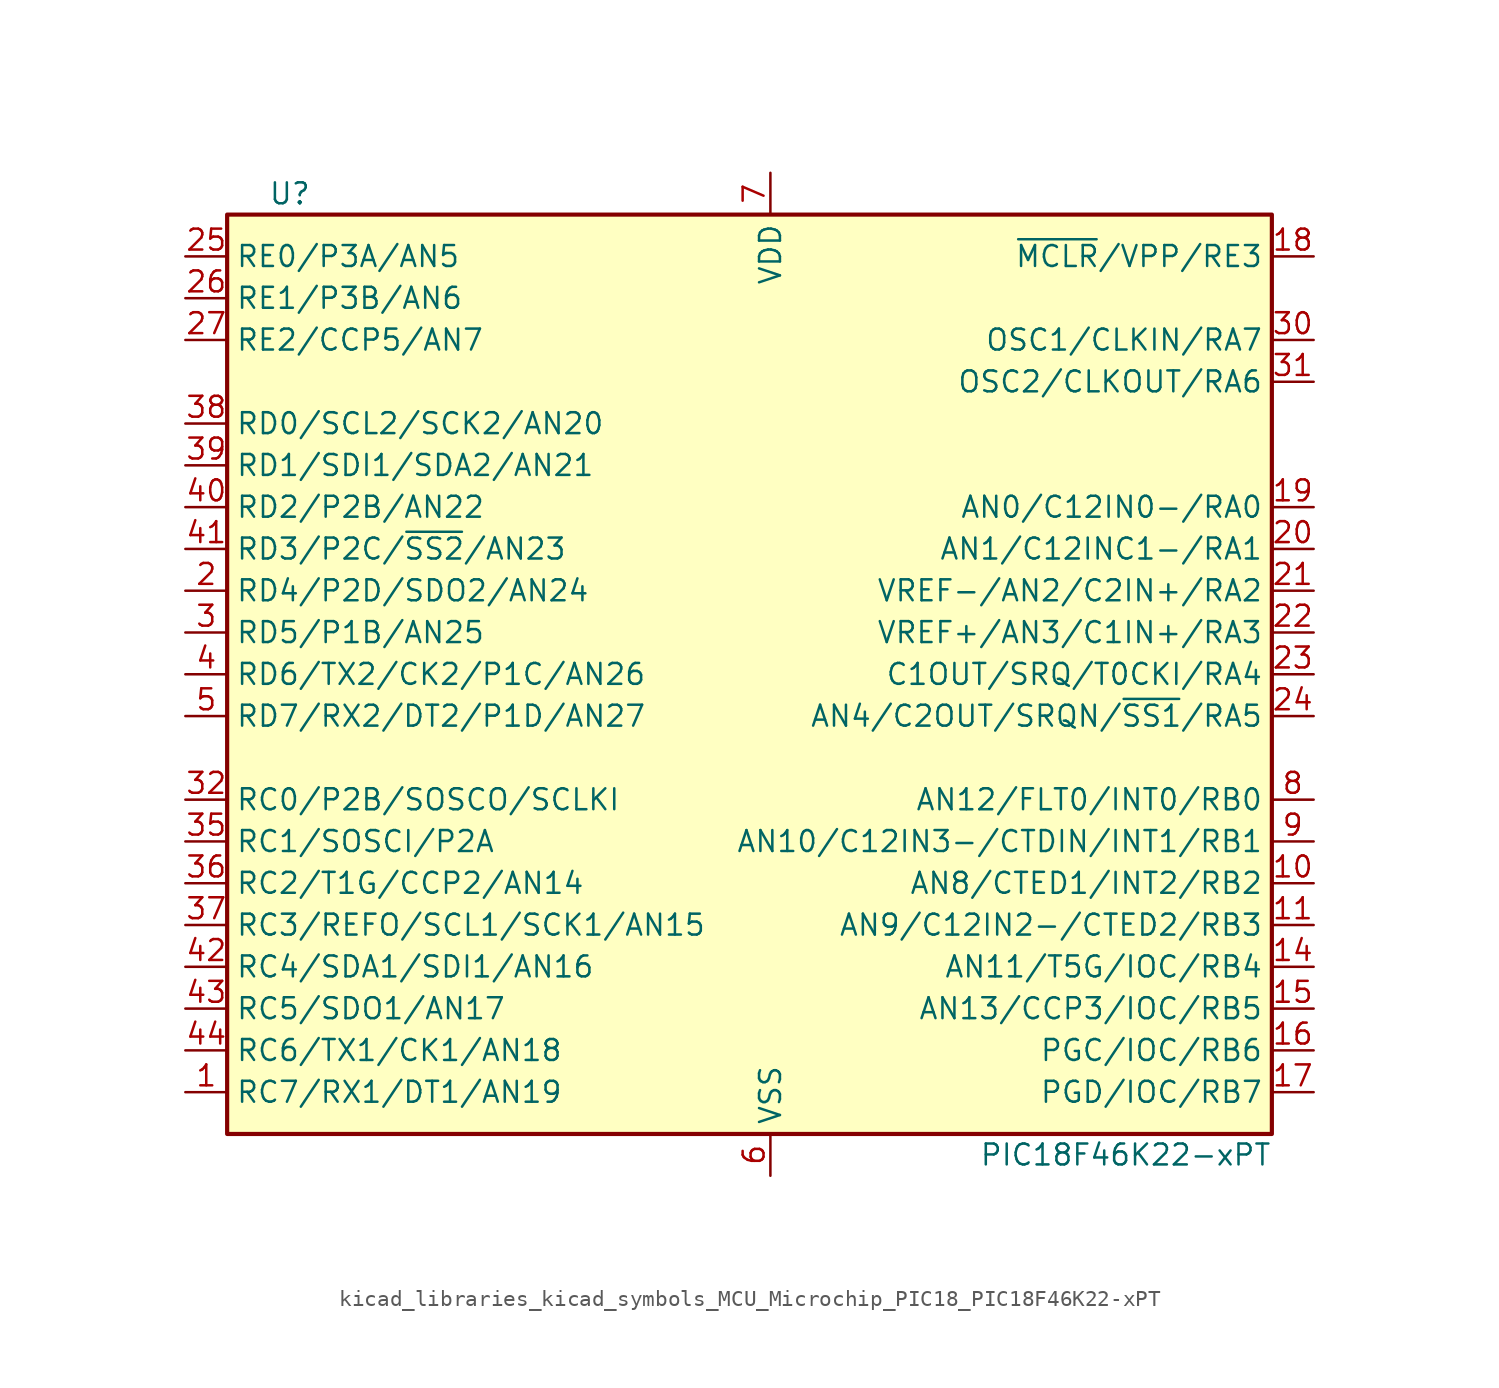
<source format=kicad_sym>
(kicad_symbol_lib
  (version 20220914)
  (generator kicad_symbol_editor)
  (symbol "kicad_libraries_kicad_symbols_MCU_Microchip_PIC18_PIC18F46K22-xPT"
    (property "Reference" "U"
      (at -29.21 29.21 0)
      (effects (font (size 1.27 1.27))))
    (property "Value" "PIC18F46K22-xPT"
      (at 21.59 -29.21 0)
      (effects (font (size 1.27 1.27))))
    (symbol "kicad_libraries_kicad_symbols_MCU_Microchip_PIC18_PIC18F46K22-xPT_0_1"
      (rectangle (start -33.02 27.94) (end 30.48 -27.94) (stroke (width 0.254) (type default)) (fill (type background))))
    (symbol "kicad_libraries_kicad_symbols_MCU_Microchip_PIC18_PIC18F46K22-xPT_1_1"
      (pin bidirectional line (at -35.56 -25.4 0) (length 2.54) (name "RC7/RX1/DT1/AN19" (effects (font (size 1.27 1.27)))) (number "1" (effects (font (size 1.27 1.27)))))
      (pin bidirectional line (at 33.02 -12.7 180) (length 2.54) (name "AN8/CTED1/INT2/RB2" (effects (font (size 1.27 1.27)))) (number "10" (effects (font (size 1.27 1.27)))))
      (pin bidirectional line (at 33.02 -15.24 180) (length 2.54) (name "AN9/C12IN2-/CTED2/RB3" (effects (font (size 1.27 1.27)))) (number "11" (effects (font (size 1.27 1.27)))))
      (pin no_connect line (at -10.16 -27.94 90) (length 2.54) hide (name "NC" (effects (font (size 1.27 1.27)))) (number "12" (effects (font (size 1.27 1.27)))))
      (pin no_connect line (at -7.62 -27.94 90) (length 2.54) hide (name "NC" (effects (font (size 1.27 1.27)))) (number "13" (effects (font (size 1.27 1.27)))))
      (pin bidirectional line (at 33.02 -17.78 180) (length 2.54) (name "AN11/T5G/IOC/RB4" (effects (font (size 1.27 1.27)))) (number "14" (effects (font (size 1.27 1.27)))))
      (pin bidirectional line (at 33.02 -20.32 180) (length 2.54) (name "AN13/CCP3/IOC/RB5" (effects (font (size 1.27 1.27)))) (number "15" (effects (font (size 1.27 1.27)))))
      (pin bidirectional line (at 33.02 -22.86 180) (length 2.54) (name "PGC/IOC/RB6" (effects (font (size 1.27 1.27)))) (number "16" (effects (font (size 1.27 1.27)))))
      (pin bidirectional line (at 33.02 -25.4 180) (length 2.54) (name "PGD/IOC/RB7" (effects (font (size 1.27 1.27)))) (number "17" (effects (font (size 1.27 1.27)))))
      (pin bidirectional line (at 33.02 25.4 180) (length 2.54) (name "~{MCLR}/VPP/RE3" (effects (font (size 1.27 1.27)))) (number "18" (effects (font (size 1.27 1.27)))))
      (pin bidirectional line (at 33.02 10.16 180) (length 2.54) (name "AN0/C12IN0-/RA0" (effects (font (size 1.27 1.27)))) (number "19" (effects (font (size 1.27 1.27)))))
      (pin bidirectional line (at -35.56 5.08 0) (length 2.54) (name "RD4/P2D/SDO2/AN24" (effects (font (size 1.27 1.27)))) (number "2" (effects (font (size 1.27 1.27)))))
      (pin bidirectional line (at 33.02 7.62 180) (length 2.54) (name "AN1/C12INC1-/RA1" (effects (font (size 1.27 1.27)))) (number "20" (effects (font (size 1.27 1.27)))))
      (pin bidirectional line (at 33.02 5.08 180) (length 2.54) (name "VREF-/AN2/C2IN+/RA2" (effects (font (size 1.27 1.27)))) (number "21" (effects (font (size 1.27 1.27)))))
      (pin bidirectional line (at 33.02 2.54 180) (length 2.54) (name "VREF+/AN3/C1IN+/RA3" (effects (font (size 1.27 1.27)))) (number "22" (effects (font (size 1.27 1.27)))))
      (pin bidirectional line (at 33.02 0 180) (length 2.54) (name "C1OUT/SRQ/T0CKI/RA4" (effects (font (size 1.27 1.27)))) (number "23" (effects (font (size 1.27 1.27)))))
      (pin bidirectional line (at 33.02 -2.54 180) (length 2.54) (name "AN4/C2OUT/SRQN/~{SS1}/RA5" (effects (font (size 1.27 1.27)))) (number "24" (effects (font (size 1.27 1.27)))))
      (pin bidirectional line (at -35.56 25.4 0) (length 2.54) (name "RE0/P3A/AN5" (effects (font (size 1.27 1.27)))) (number "25" (effects (font (size 1.27 1.27)))))
      (pin bidirectional line (at -35.56 22.86 0) (length 2.54) (name "RE1/P3B/AN6" (effects (font (size 1.27 1.27)))) (number "26" (effects (font (size 1.27 1.27)))))
      (pin bidirectional line (at -35.56 20.32 0) (length 2.54) (name "RE2/CCP5/AN7" (effects (font (size 1.27 1.27)))) (number "27" (effects (font (size 1.27 1.27)))))
      (pin passive line (at 0 30.48 270) (length 2.54) hide (name "VDD" (effects (font (size 1.27 1.27)))) (number "28" (effects (font (size 1.27 1.27)))))
      (pin passive line (at 0 -30.48 90) (length 2.54) hide (name "VSS" (effects (font (size 1.27 1.27)))) (number "29" (effects (font (size 1.27 1.27)))))
      (pin bidirectional line (at -35.56 2.54 0) (length 2.54) (name "RD5/P1B/AN25" (effects (font (size 1.27 1.27)))) (number "3" (effects (font (size 1.27 1.27)))))
      (pin bidirectional line (at 33.02 20.32 180) (length 2.54) (name "OSC1/CLKIN/RA7" (effects (font (size 1.27 1.27)))) (number "30" (effects (font (size 1.27 1.27)))))
      (pin bidirectional line (at 33.02 17.78 180) (length 2.54) (name "OSC2/CLKOUT/RA6" (effects (font (size 1.27 1.27)))) (number "31" (effects (font (size 1.27 1.27)))))
      (pin bidirectional line (at -35.56 -7.62 0) (length 2.54) (name "RC0/P2B/SOSCO/SCLKI" (effects (font (size 1.27 1.27)))) (number "32" (effects (font (size 1.27 1.27)))))
      (pin no_connect line (at -5.08 -27.94 90) (length 2.54) hide (name "NC" (effects (font (size 1.27 1.27)))) (number "33" (effects (font (size 1.27 1.27)))))
      (pin no_connect line (at -2.54 -27.94 90) (length 2.54) hide (name "NC" (effects (font (size 1.27 1.27)))) (number "34" (effects (font (size 1.27 1.27)))))
      (pin bidirectional line (at -35.56 -10.16 0) (length 2.54) (name "RC1/SOSCI/P2A" (effects (font (size 1.27 1.27)))) (number "35" (effects (font (size 1.27 1.27)))))
      (pin bidirectional line (at -35.56 -12.7 0) (length 2.54) (name "RC2/T1G/CCP2/AN14" (effects (font (size 1.27 1.27)))) (number "36" (effects (font (size 1.27 1.27)))))
      (pin bidirectional line (at -35.56 -15.24 0) (length 2.54) (name "RC3/REFO/SCL1/SCK1/AN15" (effects (font (size 1.27 1.27)))) (number "37" (effects (font (size 1.27 1.27)))))
      (pin bidirectional line (at -35.56 15.24 0) (length 2.54) (name "RD0/SCL2/SCK2/AN20" (effects (font (size 1.27 1.27)))) (number "38" (effects (font (size 1.27 1.27)))))
      (pin bidirectional line (at -35.56 12.7 0) (length 2.54) (name "RD1/SDI1/SDA2/AN21" (effects (font (size 1.27 1.27)))) (number "39" (effects (font (size 1.27 1.27)))))
      (pin bidirectional line (at -35.56 0 0) (length 2.54) (name "RD6/TX2/CK2/P1C/AN26" (effects (font (size 1.27 1.27)))) (number "4" (effects (font (size 1.27 1.27)))))
      (pin bidirectional line (at -35.56 10.16 0) (length 2.54) (name "RD2/P2B/AN22" (effects (font (size 1.27 1.27)))) (number "40" (effects (font (size 1.27 1.27)))))
      (pin bidirectional line (at -35.56 7.62 0) (length 2.54) (name "RD3/P2C/~{SS2}/AN23" (effects (font (size 1.27 1.27)))) (number "41" (effects (font (size 1.27 1.27)))))
      (pin bidirectional line (at -35.56 -17.78 0) (length 2.54) (name "RC4/SDA1/SDI1/AN16" (effects (font (size 1.27 1.27)))) (number "42" (effects (font (size 1.27 1.27)))))
      (pin bidirectional line (at -35.56 -20.32 0) (length 2.54) (name "RC5/SDO1/AN17" (effects (font (size 1.27 1.27)))) (number "43" (effects (font (size 1.27 1.27)))))
      (pin bidirectional line (at -35.56 -22.86 0) (length 2.54) (name "RC6/TX1/CK1/AN18" (effects (font (size 1.27 1.27)))) (number "44" (effects (font (size 1.27 1.27)))))
      (pin bidirectional line (at -35.56 -2.54 0) (length 2.54) (name "RD7/RX2/DT2/P1D/AN27" (effects (font (size 1.27 1.27)))) (number "5" (effects (font (size 1.27 1.27)))))
      (pin power_in line (at 0 -30.48 90) (length 2.54) (name "VSS" (effects (font (size 1.27 1.27)))) (number "6" (effects (font (size 1.27 1.27)))))
      (pin power_in line (at 0 30.48 270) (length 2.54) (name "VDD" (effects (font (size 1.27 1.27)))) (number "7" (effects (font (size 1.27 1.27)))))
      (pin bidirectional line (at 33.02 -7.62 180) (length 2.54) (name "AN12/FLT0/INT0/RB0" (effects (font (size 1.27 1.27)))) (number "8" (effects (font (size 1.27 1.27)))))
      (pin bidirectional line (at 33.02 -10.16 180) (length 2.54) (name "AN10/C12IN3-/CTDIN/INT1/RB1" (effects (font (size 1.27 1.27)))) (number "9" (effects (font (size 1.27 1.27))))))))
</source>
